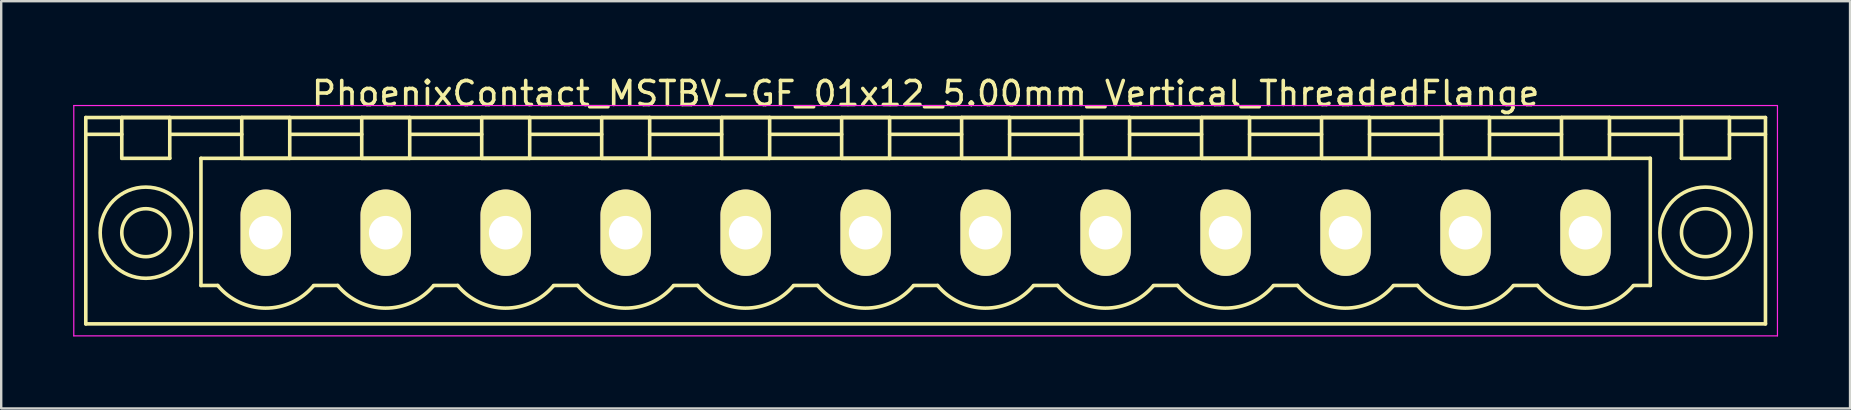
<source format=kicad_pcb>
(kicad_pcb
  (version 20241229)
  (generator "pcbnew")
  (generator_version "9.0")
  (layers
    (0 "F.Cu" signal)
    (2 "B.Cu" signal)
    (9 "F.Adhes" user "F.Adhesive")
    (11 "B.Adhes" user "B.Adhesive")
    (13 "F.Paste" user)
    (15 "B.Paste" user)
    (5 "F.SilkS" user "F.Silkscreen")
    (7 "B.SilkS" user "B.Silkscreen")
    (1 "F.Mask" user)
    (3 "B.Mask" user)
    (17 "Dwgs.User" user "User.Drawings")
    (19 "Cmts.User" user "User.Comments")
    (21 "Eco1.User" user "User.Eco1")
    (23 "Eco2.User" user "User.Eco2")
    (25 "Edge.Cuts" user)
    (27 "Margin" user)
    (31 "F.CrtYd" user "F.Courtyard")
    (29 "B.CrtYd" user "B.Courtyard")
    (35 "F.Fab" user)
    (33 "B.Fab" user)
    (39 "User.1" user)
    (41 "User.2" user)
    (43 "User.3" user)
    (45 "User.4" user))
  (footprint "PhoenixContact_MSTBV-GF_01x12_5.00mm_Vertical_ThreadedFlange"
    (layer "F.Cu")
    (at 8.025 6.648)
    (property "Reference" "PhoenixContact_MSTBV-GF_01x12_5.00mm_Vertical_ThreadedFlange" (at 27.5 -5.8 0) (layer "F.SilkS") (effects (font (size 1 1) (thickness 0.15))))
    (attr through_hole)
    (fp_line (start -7.5 -4.8) (end -7.5 3.8) (stroke (width 0.15) (type solid)) (layer "F.SilkS"))
    (fp_line (start -7.5 -4.1) (end -6 -4.1) (stroke (width 0.15) (type solid)) (layer "F.SilkS"))
    (fp_line (start -7.5 3.8) (end 62.5 3.8) (stroke (width 0.15) (type solid)) (layer "F.SilkS"))
    (fp_line (start -6 -4.8) (end -4 -4.8) (stroke (width 0.15) (type solid)) (layer "F.SilkS"))
    (fp_line (start -6 -3.1) (end -6 -4.8) (stroke (width 0.15) (type solid)) (layer "F.SilkS"))
    (fp_line (start -4 -4.8) (end -4 -3.1) (stroke (width 0.15) (type solid)) (layer "F.SilkS"))
    (fp_line (start -4 -4.1) (end -1 -4.1) (stroke (width 0.15) (type solid)) (layer "F.SilkS"))
    (fp_line (start -4 -3.1) (end -6 -3.1) (stroke (width 0.15) (type solid)) (layer "F.SilkS"))
    (fp_line (start -2.7 -3.1) (end 57.7 -3.1) (stroke (width 0.15) (type solid)) (layer "F.SilkS"))
    (fp_line (start -2.7 2.2) (end -2.7 -3.1) (stroke (width 0.15) (type solid)) (layer "F.SilkS"))
    (fp_line (start -2 2.2) (end -2.7 2.2) (stroke (width 0.15) (type solid)) (layer "F.SilkS"))
    (fp_line (start -1 -4.8) (end 1 -4.8) (stroke (width 0.15) (type solid)) (layer "F.SilkS"))
    (fp_line (start -1 -3.1) (end -1 -4.8) (stroke (width 0.15) (type solid)) (layer "F.SilkS"))
    (fp_line (start 1 -4.8) (end 1 -3.1) (stroke (width 0.15) (type solid)) (layer "F.SilkS"))
    (fp_line (start 1 -4.1) (end 4 -4.1) (stroke (width 0.15) (type solid)) (layer "F.SilkS"))
    (fp_line (start 1 -3.1) (end -1 -3.1) (stroke (width 0.15) (type solid)) (layer "F.SilkS"))
    (fp_line (start 2 2.2) (end 3 2.2) (stroke (width 0.15) (type solid)) (layer "F.SilkS"))
    (fp_line (start 4 -4.8) (end 6 -4.8) (stroke (width 0.15) (type solid)) (layer "F.SilkS"))
    (fp_line (start 4 -3.1) (end 4 -4.8) (stroke (width 0.15) (type solid)) (layer "F.SilkS"))
    (fp_line (start 6 -4.8) (end 6 -3.1) (stroke (width 0.15) (type solid)) (layer "F.SilkS"))
    (fp_line (start 6 -4.1) (end 9 -4.1) (stroke (width 0.15) (type solid)) (layer "F.SilkS"))
    (fp_line (start 6 -3.1) (end 4 -3.1) (stroke (width 0.15) (type solid)) (layer "F.SilkS"))
    (fp_line (start 7 2.2) (end 8 2.2) (stroke (width 0.15) (type solid)) (layer "F.SilkS"))
    (fp_line (start 9 -4.8) (end 11 -4.8) (stroke (width 0.15) (type solid)) (layer "F.SilkS"))
    (fp_line (start 9 -3.1) (end 9 -4.8) (stroke (width 0.15) (type solid)) (layer "F.SilkS"))
    (fp_line (start 11 -4.8) (end 11 -3.1) (stroke (width 0.15) (type solid)) (layer "F.SilkS"))
    (fp_line (start 11 -4.1) (end 14 -4.1) (stroke (width 0.15) (type solid)) (layer "F.SilkS"))
    (fp_line (start 11 -3.1) (end 9 -3.1) (stroke (width 0.15) (type solid)) (layer "F.SilkS"))
    (fp_line (start 12 2.2) (end 13 2.2) (stroke (width 0.15) (type solid)) (layer "F.SilkS"))
    (fp_line (start 14 -4.8) (end 16 -4.8) (stroke (width 0.15) (type solid)) (layer "F.SilkS"))
    (fp_line (start 14 -3.1) (end 14 -4.8) (stroke (width 0.15) (type solid)) (layer "F.SilkS"))
    (fp_line (start 16 -4.8) (end 16 -3.1) (stroke (width 0.15) (type solid)) (layer "F.SilkS"))
    (fp_line (start 16 -4.1) (end 19 -4.1) (stroke (width 0.15) (type solid)) (layer "F.SilkS"))
    (fp_line (start 16 -3.1) (end 14 -3.1) (stroke (width 0.15) (type solid)) (layer "F.SilkS"))
    (fp_line (start 17 2.2) (end 18 2.2) (stroke (width 0.15) (type solid)) (layer "F.SilkS"))
    (fp_line (start 19 -4.8) (end 21 -4.8) (stroke (width 0.15) (type solid)) (layer "F.SilkS"))
    (fp_line (start 19 -3.1) (end 19 -4.8) (stroke (width 0.15) (type solid)) (layer "F.SilkS"))
    (fp_line (start 21 -4.8) (end 21 -3.1) (stroke (width 0.15) (type solid)) (layer "F.SilkS"))
    (fp_line (start 21 -4.1) (end 24 -4.1) (stroke (width 0.15) (type solid)) (layer "F.SilkS"))
    (fp_line (start 21 -3.1) (end 19 -3.1) (stroke (width 0.15) (type solid)) (layer "F.SilkS"))
    (fp_line (start 22 2.2) (end 23 2.2) (stroke (width 0.15) (type solid)) (layer "F.SilkS"))
    (fp_line (start 24 -4.8) (end 26 -4.8) (stroke (width 0.15) (type solid)) (layer "F.SilkS"))
    (fp_line (start 24 -3.1) (end 24 -4.8) (stroke (width 0.15) (type solid)) (layer "F.SilkS"))
    (fp_line (start 26 -4.8) (end 26 -3.1) (stroke (width 0.15) (type solid)) (layer "F.SilkS"))
    (fp_line (start 26 -4.1) (end 29 -4.1) (stroke (width 0.15) (type solid)) (layer "F.SilkS"))
    (fp_line (start 26 -3.1) (end 24 -3.1) (stroke (width 0.15) (type solid)) (layer "F.SilkS"))
    (fp_line (start 27 2.2) (end 28 2.2) (stroke (width 0.15) (type solid)) (layer "F.SilkS"))
    (fp_line (start 29 -4.8) (end 31 -4.8) (stroke (width 0.15) (type solid)) (layer "F.SilkS"))
    (fp_line (start 29 -3.1) (end 29 -4.8) (stroke (width 0.15) (type solid)) (layer "F.SilkS"))
    (fp_line (start 31 -4.8) (end 31 -3.1) (stroke (width 0.15) (type solid)) (layer "F.SilkS"))
    (fp_line (start 31 -4.1) (end 34 -4.1) (stroke (width 0.15) (type solid)) (layer "F.SilkS"))
    (fp_line (start 31 -3.1) (end 29 -3.1) (stroke (width 0.15) (type solid)) (layer "F.SilkS"))
    (fp_line (start 32 2.2) (end 33 2.2) (stroke (width 0.15) (type solid)) (layer "F.SilkS"))
    (fp_line (start 34 -4.8) (end 36 -4.8) (stroke (width 0.15) (type solid)) (layer "F.SilkS"))
    (fp_line (start 34 -3.1) (end 34 -4.8) (stroke (width 0.15) (type solid)) (layer "F.SilkS"))
    (fp_line (start 36 -4.8) (end 36 -3.1) (stroke (width 0.15) (type solid)) (layer "F.SilkS"))
    (fp_line (start 36 -4.1) (end 39 -4.1) (stroke (width 0.15) (type solid)) (layer "F.SilkS"))
    (fp_line (start 36 -3.1) (end 34 -3.1) (stroke (width 0.15) (type solid)) (layer "F.SilkS"))
    (fp_line (start 37 2.2) (end 38 2.2) (stroke (width 0.15) (type solid)) (layer "F.SilkS"))
    (fp_line (start 39 -4.8) (end 41 -4.8) (stroke (width 0.15) (type solid)) (layer "F.SilkS"))
    (fp_line (start 39 -3.1) (end 39 -4.8) (stroke (width 0.15) (type solid)) (layer "F.SilkS"))
    (fp_line (start 41 -4.8) (end 41 -3.1) (stroke (width 0.15) (type solid)) (layer "F.SilkS"))
    (fp_line (start 41 -4.1) (end 44 -4.1) (stroke (width 0.15) (type solid)) (layer "F.SilkS"))
    (fp_line (start 41 -3.1) (end 39 -3.1) (stroke (width 0.15) (type solid)) (layer "F.SilkS"))
    (fp_line (start 42 2.2) (end 43 2.2) (stroke (width 0.15) (type solid)) (layer "F.SilkS"))
    (fp_line (start 44 -4.8) (end 46 -4.8) (stroke (width 0.15) (type solid)) (layer "F.SilkS"))
    (fp_line (start 44 -3.1) (end 44 -4.8) (stroke (width 0.15) (type solid)) (layer "F.SilkS"))
    (fp_line (start 46 -4.8) (end 46 -3.1) (stroke (width 0.15) (type solid)) (layer "F.SilkS"))
    (fp_line (start 46 -4.1) (end 49 -4.1) (stroke (width 0.15) (type solid)) (layer "F.SilkS"))
    (fp_line (start 46 -3.1) (end 44 -3.1) (stroke (width 0.15) (type solid)) (layer "F.SilkS"))
    (fp_line (start 47 2.2) (end 48 2.2) (stroke (width 0.15) (type solid)) (layer "F.SilkS"))
    (fp_line (start 49 -4.8) (end 51 -4.8) (stroke (width 0.15) (type solid)) (layer "F.SilkS"))
    (fp_line (start 49 -3.1) (end 49 -4.8) (stroke (width 0.15) (type solid)) (layer "F.SilkS"))
    (fp_line (start 51 -4.8) (end 51 -3.1) (stroke (width 0.15) (type solid)) (layer "F.SilkS"))
    (fp_line (start 51 -4.1) (end 54 -4.1) (stroke (width 0.15) (type solid)) (layer "F.SilkS"))
    (fp_line (start 51 -3.1) (end 49 -3.1) (stroke (width 0.15) (type solid)) (layer "F.SilkS"))
    (fp_line (start 52 2.2) (end 53 2.2) (stroke (width 0.15) (type solid)) (layer "F.SilkS"))
    (fp_line (start 54 -4.8) (end 56 -4.8) (stroke (width 0.15) (type solid)) (layer "F.SilkS"))
    (fp_line (start 54 -3.1) (end 54 -4.8) (stroke (width 0.15) (type solid)) (layer "F.SilkS"))
    (fp_line (start 56 -4.8) (end 56 -3.1) (stroke (width 0.15) (type solid)) (layer "F.SilkS"))
    (fp_line (start 56 -4.1) (end 59 -4.1) (stroke (width 0.15) (type solid)) (layer "F.SilkS"))
    (fp_line (start 56 -3.1) (end 54 -3.1) (stroke (width 0.15) (type solid)) (layer "F.SilkS"))
    (fp_line (start 57.7 -3.1) (end 57.7 2.2) (stroke (width 0.15) (type solid)) (layer "F.SilkS"))
    (fp_line (start 57.7 2.2) (end 57 2.2) (stroke (width 0.15) (type solid)) (layer "F.SilkS"))
    (fp_line (start 59 -4.8) (end 61 -4.8) (stroke (width 0.15) (type solid)) (layer "F.SilkS"))
    (fp_line (start 59 -3.1) (end 59 -4.8) (stroke (width 0.15) (type solid)) (layer "F.SilkS"))
    (fp_line (start 61 -4.8) (end 61 -3.1) (stroke (width 0.15) (type solid)) (layer "F.SilkS"))
    (fp_line (start 61 -3.1) (end 59 -3.1) (stroke (width 0.15) (type solid)) (layer "F.SilkS"))
    (fp_line (start 62.5 -4.8) (end -7.5 -4.8) (stroke (width 0.15) (type solid)) (layer "F.SilkS"))
    (fp_line (start 62.5 -4.1) (end 61 -4.1) (stroke (width 0.15) (type solid)) (layer "F.SilkS"))
    (fp_line (start 62.5 3.8) (end 62.5 -4.8) (stroke (width 0.15) (type solid)) (layer "F.SilkS"))
    (fp_arc (start 1.986842 2.215821) (mid -0.010289 3.142758) (end -2 2.2) (stroke (width 0.15) (type solid)) (layer "F.SilkS"))
    (fp_arc (start 6.986842 2.215821) (mid 4.989711 3.142758) (end 3 2.2) (stroke (width 0.15) (type solid)) (layer "F.SilkS"))
    (fp_arc (start 11.986842 2.215821) (mid 9.989711 3.142758) (end 8 2.2) (stroke (width 0.15) (type solid)) (layer "F.SilkS"))
    (fp_arc (start 16.986842 2.215821) (mid 14.989711 3.142758) (end 13 2.2) (stroke (width 0.15) (type solid)) (layer "F.SilkS"))
    (fp_arc (start 21.986842 2.215821) (mid 19.989711 3.142758) (end 18 2.2) (stroke (width 0.15) (type solid)) (layer "F.SilkS"))
    (fp_arc (start 26.986842 2.215821) (mid 24.989711 3.142758) (end 23 2.2) (stroke (width 0.15) (type solid)) (layer "F.SilkS"))
    (fp_arc (start 31.986842 2.215821) (mid 29.989711 3.142758) (end 28 2.2) (stroke (width 0.15) (type solid)) (layer "F.SilkS"))
    (fp_arc (start 36.986842 2.215821) (mid 34.989711 3.142758) (end 33 2.2) (stroke (width 0.15) (type solid)) (layer "F.SilkS"))
    (fp_arc (start 41.986842 2.215821) (mid 39.989711 3.142758) (end 38 2.2) (stroke (width 0.15) (type solid)) (layer "F.SilkS"))
    (fp_arc (start 46.986842 2.215821) (mid 44.989711 3.142758) (end 43 2.2) (stroke (width 0.15) (type solid)) (layer "F.SilkS"))
    (fp_arc (start 51.986842 2.215821) (mid 49.989711 3.142758) (end 48 2.2) (stroke (width 0.15) (type solid)) (layer "F.SilkS"))
    (fp_arc (start 56.986842 2.215821) (mid 54.989711 3.142758) (end 53 2.2) (stroke (width 0.15) (type solid)) (layer "F.SilkS"))
    (fp_circle (center -5 0) (end -4 0) (stroke (width 0.15) (type solid)) (fill no) (layer "F.SilkS"))
    (fp_circle (center -5 0) (end -3.1 0) (stroke (width 0.15) (type solid)) (fill no) (layer "F.SilkS"))
    (fp_circle (center 60 0) (end 61 0) (stroke (width 0.15) (type solid)) (fill no) (layer "F.SilkS"))
    (fp_circle (center 60 0) (end 61.9 0) (stroke (width 0.15) (type solid)) (fill no) (layer "F.SilkS"))
    (fp_line (start -8 -5.3) (end -8 4.3) (stroke (width 0.05) (type solid)) (layer "F.CrtYd"))
    (fp_line (start -8 4.3) (end 63 4.3) (stroke (width 0.05) (type solid)) (layer "F.CrtYd"))
    (fp_line (start 63 -5.3) (end -8 -5.3) (stroke (width 0.05) (type solid)) (layer "F.CrtYd"))
    (fp_line (start 63 4.3) (end 63 -5.3) (stroke (width 0.05) (type solid)) (layer "F.CrtYd"))
    (pad "1" thru_hole oval (at 0 0) (size 2.1 3.6) (drill 1.4) (layers "*.Cu" "*.Mask" "F.SilkS"))
    (pad "2" thru_hole oval (at 5 0) (size 2.1 3.6) (drill 1.4) (layers "*.Cu" "*.Mask" "F.SilkS"))
    (pad "3" thru_hole oval (at 10 0) (size 2.1 3.6) (drill 1.4) (layers "*.Cu" "*.Mask" "F.SilkS"))
    (pad "4" thru_hole oval (at 15 0) (size 2.1 3.6) (drill 1.4) (layers "*.Cu" "*.Mask" "F.SilkS"))
    (pad "5" thru_hole oval (at 20 0) (size 2.1 3.6) (drill 1.4) (layers "*.Cu" "*.Mask" "F.SilkS"))
    (pad "6" thru_hole oval (at 25 0) (size 2.1 3.6) (drill 1.4) (layers "*.Cu" "*.Mask" "F.SilkS"))
    (pad "7" thru_hole oval (at 30 0) (size 2.1 3.6) (drill 1.4) (layers "*.Cu" "*.Mask" "F.SilkS"))
    (pad "8" thru_hole oval (at 35 0) (size 2.1 3.6) (drill 1.4) (layers "*.Cu" "*.Mask" "F.SilkS"))
    (pad "9" thru_hole oval (at 40 0) (size 2.1 3.6) (drill 1.4) (layers "*.Cu" "*.Mask" "F.SilkS"))
    (pad "10" thru_hole oval (at 45 0) (size 2.1 3.6) (drill 1.4) (layers "*.Cu" "*.Mask" "F.SilkS"))
    (pad "11" thru_hole oval (at 50 0) (size 2.1 3.6) (drill 1.4) (layers "*.Cu" "*.Mask" "F.SilkS"))
    (pad "12" thru_hole oval (at 55 0) (size 2.1 3.6) (drill 1.4) (layers "*.Cu" "*.Mask" "F.SilkS")))
  (gr_rect
    (start -3 -3)
    (end 74.05 13.973)
    (stroke (width 0.1) (type default))
    (fill no)
    (layer "Edge.Cuts")))
</source>
